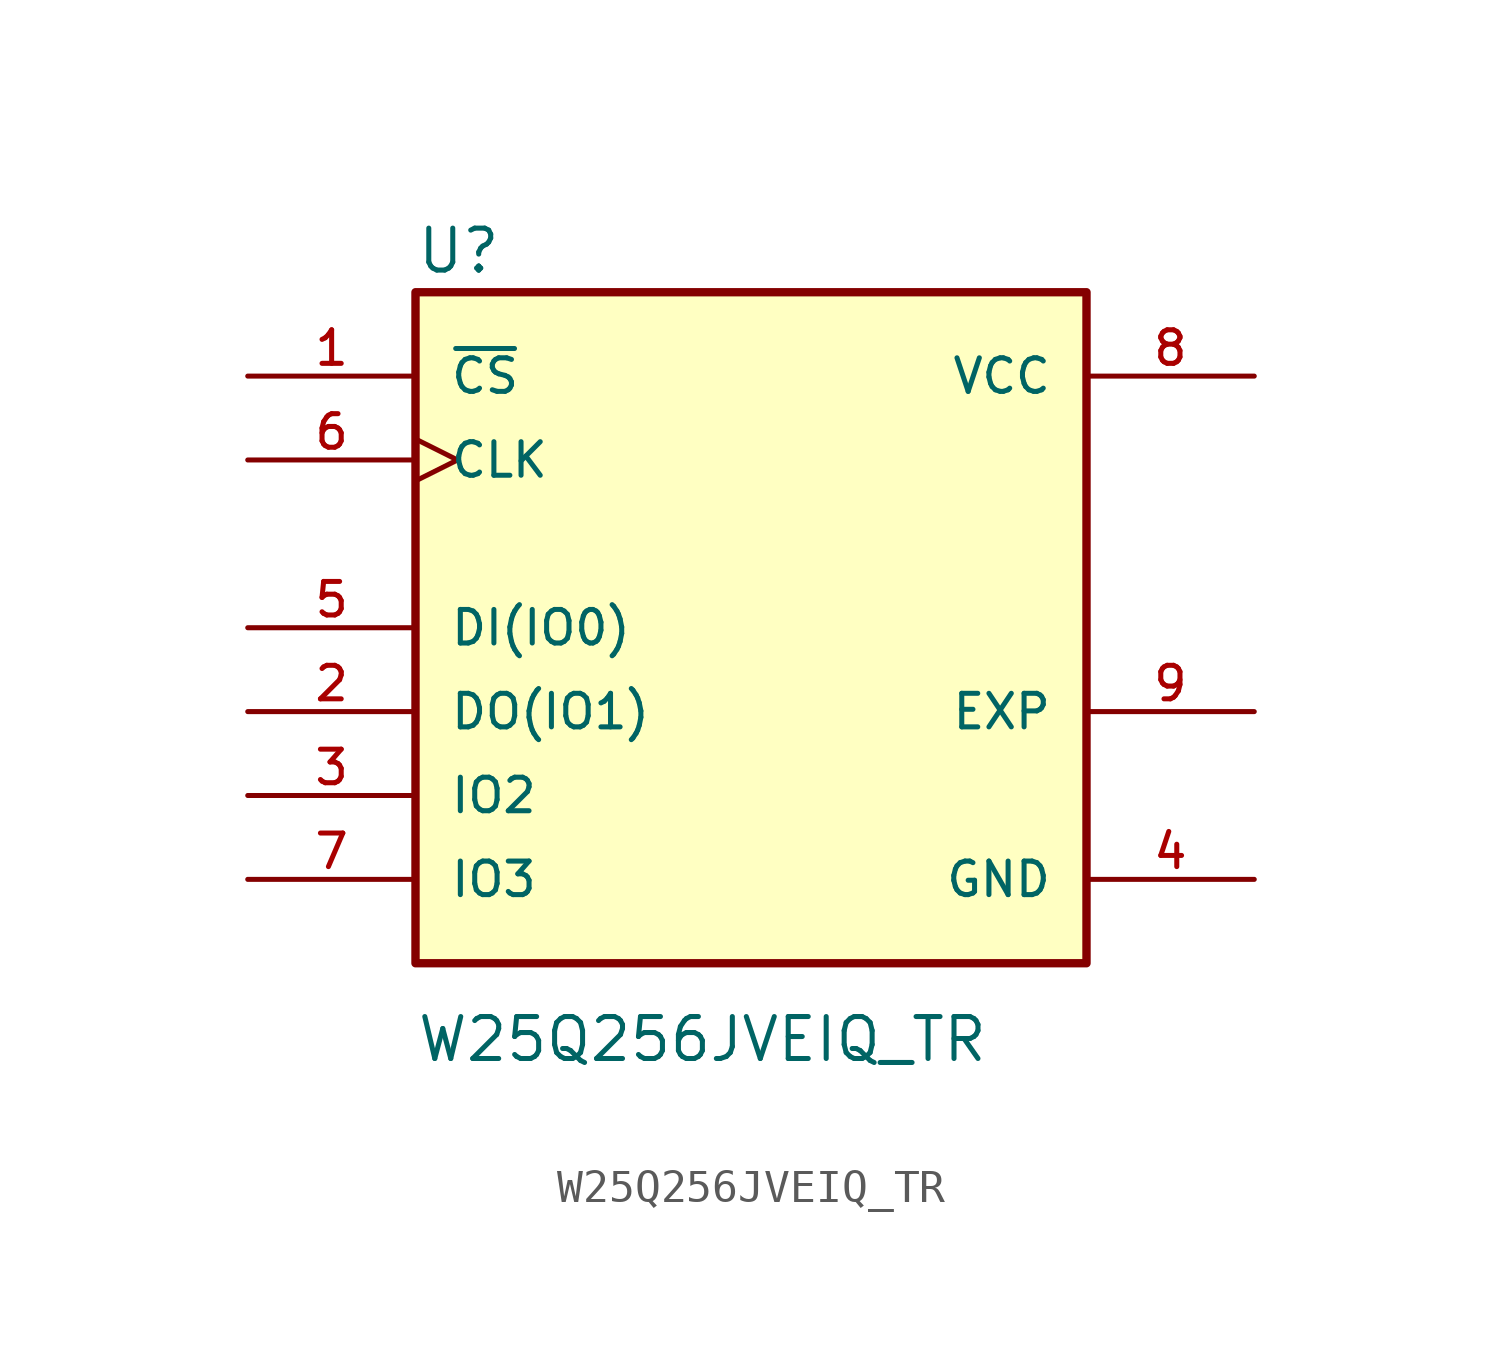
<source format=kicad_sym>
(kicad_symbol_lib
  (version 20211014)
  (generator kicad_symbol_editor)
  (symbol "W25Q256JVEIQ_TR"
    (pin_names
      (offset 1.016))
    (property "Reference" "U"
      (at -10.16 10.668 0)
      (effects (font (size 1.27 1.27)) (justify left bottom)))
    (property "Value" "W25Q256JVEIQ_TR"
      (at -10.16 -13.208 0)
      (effects (font (size 1.27 1.27)) (justify left bottom)))
    (property "ki_locked" ""
      (at 0 0 0)
      (effects (font (size 1.27 1.27))))
    (symbol "W25Q256JVEIQ_TR_0_0"
      (rectangle (start -10.16 -10.16) (end 10.16 10.16) (stroke (width 0.254) (type default) (color 0 0 0 0)) (fill (type background)))
      (pin input line (at -15.24 7.62 0) (length 5.08) (name "~{CS}" (effects (font (size 1.016 1.016)))) (number "1" (effects (font (size 1.016 1.016)))))
      (pin bidirectional line (at -15.24 -2.54 0) (length 5.08) (name "DO(IO1)" (effects (font (size 1.016 1.016)))) (number "2" (effects (font (size 1.016 1.016)))))
      (pin bidirectional line (at -15.24 -5.08 0) (length 5.08) (name "IO2" (effects (font (size 1.016 1.016)))) (number "3" (effects (font (size 1.016 1.016)))))
      (pin power_in line (at 15.24 -7.62 180) (length 5.08) (name "GND" (effects (font (size 1.016 1.016)))) (number "4" (effects (font (size 1.016 1.016)))))
      (pin bidirectional line (at -15.24 0 0) (length 5.08) (name "DI(IO0)" (effects (font (size 1.016 1.016)))) (number "5" (effects (font (size 1.016 1.016)))))
      (pin input clock (at -15.24 5.08 0) (length 5.08) (name "CLK" (effects (font (size 1.016 1.016)))) (number "6" (effects (font (size 1.016 1.016)))))
      (pin bidirectional line (at -15.24 -7.62 0) (length 5.08) (name "IO3" (effects (font (size 1.016 1.016)))) (number "7" (effects (font (size 1.016 1.016)))))
      (pin power_in line (at 15.24 7.62 180) (length 5.08) (name "VCC" (effects (font (size 1.016 1.016)))) (number "8" (effects (font (size 1.016 1.016)))))
      (pin power_in line (at 15.24 -2.54 180) (length 5.08) (name "EXP" (effects (font (size 1.016 1.016)))) (number "9" (effects (font (size 1.016 1.016))))))))
</source>
